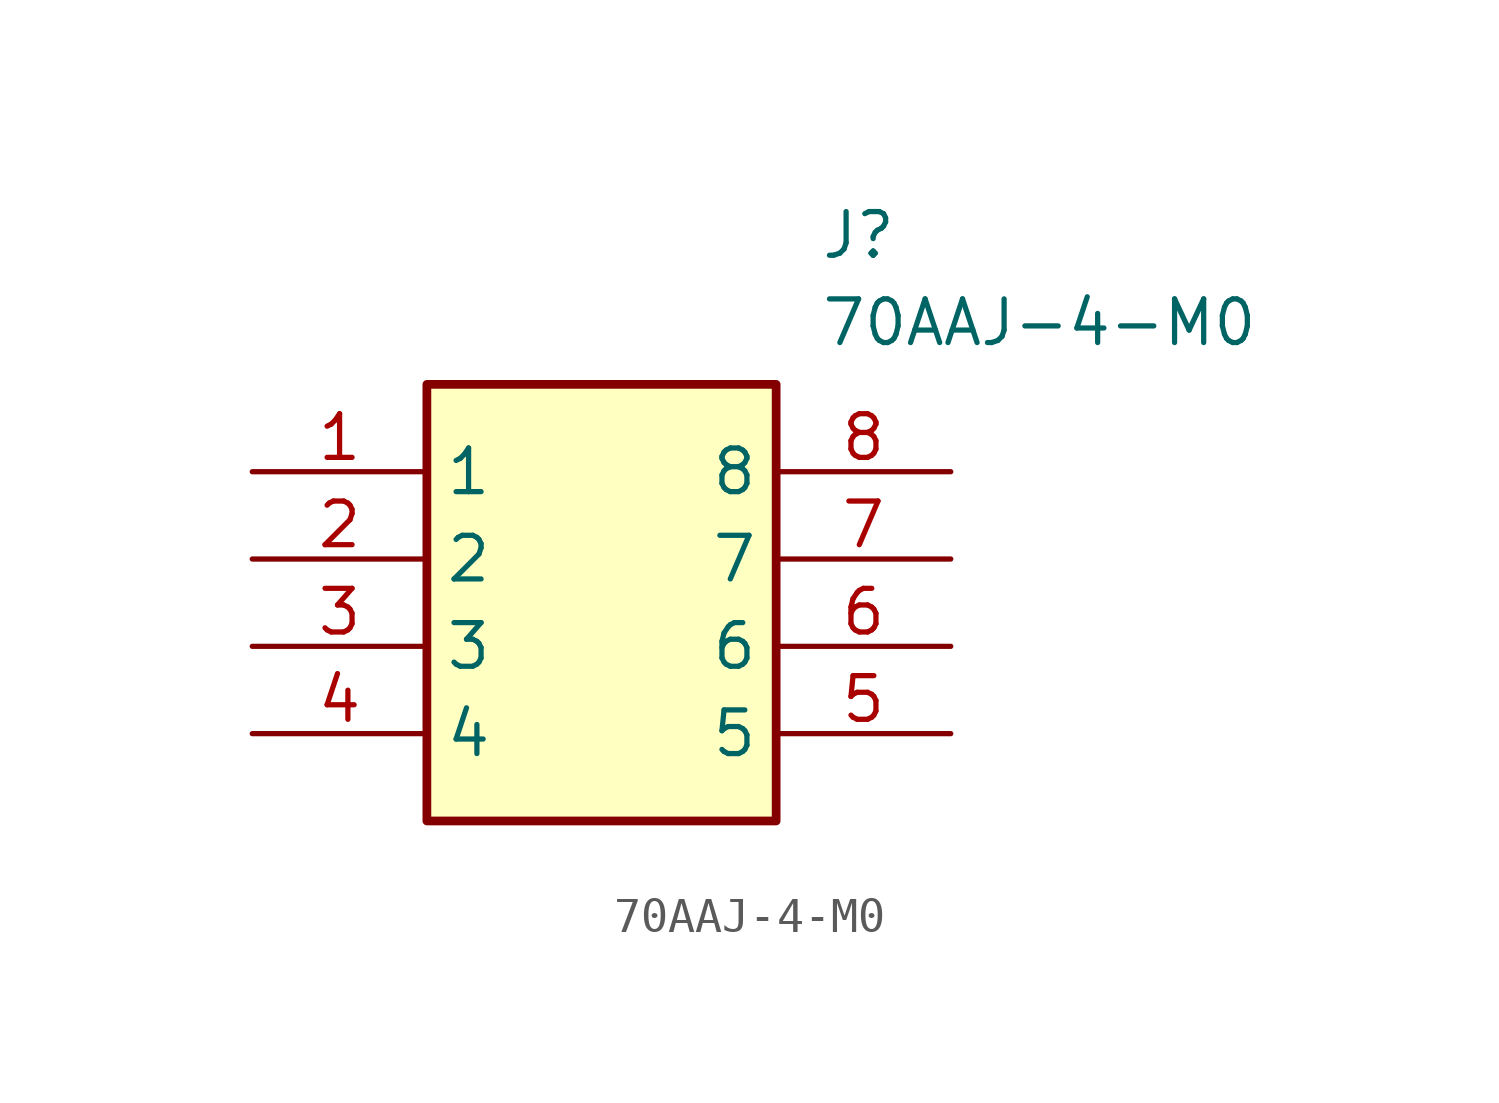
<source format=kicad_sym>
(kicad_symbol_lib
  (version 20211014)
  (generator SamacSys_ECAD_Model)
  (symbol "70AAJ-4-M0"
    (property "Reference" "J"
      (at 16.51 7.62 0)
      (effects (font (size 1.27 1.27)) (justify left top)))
    (property "Value" "70AAJ-4-M0"
      (at 16.51 5.08 0)
      (effects (font (size 1.27 1.27)) (justify left top)))
    (rectangle
      (start 5.08 2.54)
      (end 15.24 -10.16)
      (stroke (width 0.254) (type default))
      (fill (type background)))
    (pin passive line
      (at 0 0 0)
      (length 5.08)
      (name "1" (effects (font (size 1.27 1.27))))
      (number "1" (effects (font (size 1.27 1.27)))))
    (pin passive line
      (at 0 -2.54 0)
      (length 5.08)
      (name "2" (effects (font (size 1.27 1.27))))
      (number "2" (effects (font (size 1.27 1.27)))))
    (pin passive line
      (at 0 -5.08 0)
      (length 5.08)
      (name "3" (effects (font (size 1.27 1.27))))
      (number "3" (effects (font (size 1.27 1.27)))))
    (pin passive line
      (at 0 -7.62 0)
      (length 5.08)
      (name "4" (effects (font (size 1.27 1.27))))
      (number "4" (effects (font (size 1.27 1.27)))))
    (pin passive line
      (at 20.32 -7.62 180)
      (length 5.08)
      (name "5" (effects (font (size 1.27 1.27))))
      (number "5" (effects (font (size 1.27 1.27)))))
    (pin passive line
      (at 20.32 -5.08 180)
      (length 5.08)
      (name "6" (effects (font (size 1.27 1.27))))
      (number "6" (effects (font (size 1.27 1.27)))))
    (pin passive line
      (at 20.32 -2.54 180)
      (length 5.08)
      (name "7" (effects (font (size 1.27 1.27))))
      (number "7" (effects (font (size 1.27 1.27)))))
    (pin passive line
      (at 20.32 0 180)
      (length 5.08)
      (name "8" (effects (font (size 1.27 1.27))))
      (number "8" (effects (font (size 1.27 1.27)))))))
</source>
